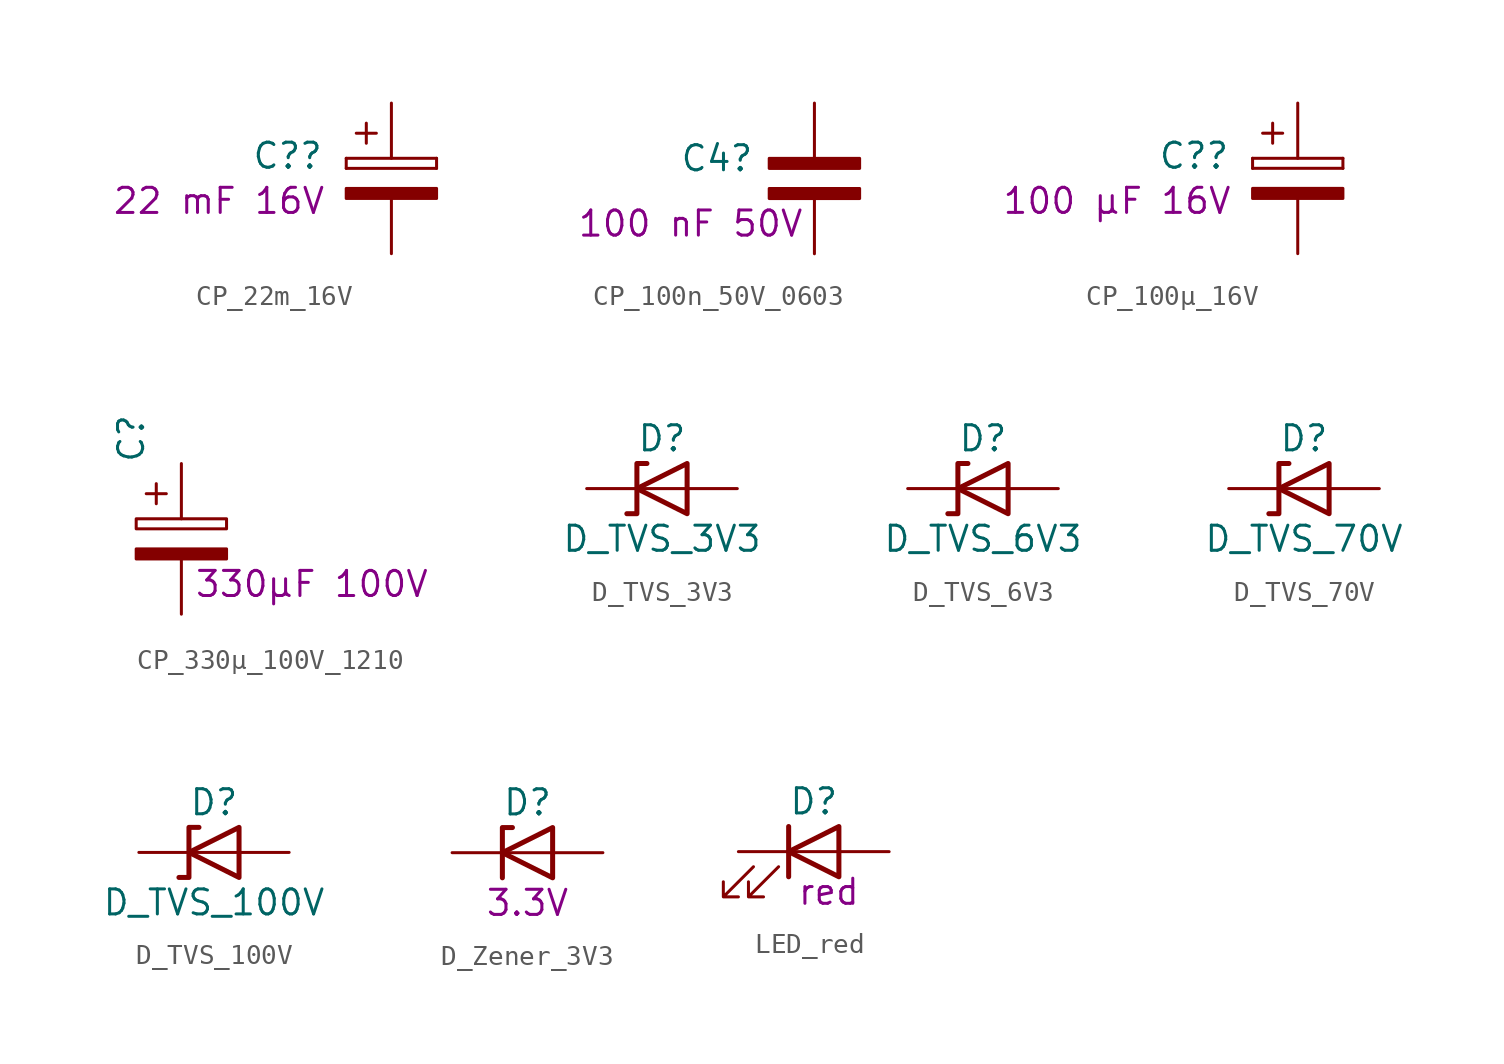
<source format=kicad_sym>
(kicad_symbol_lib
  (version 20220914)
  (generator kicad_symbol_editor)
  (symbol "CP_22m_16V"
    (pin_numbers hide)
    (pin_names
      (offset 0.254))
    (property "Reference" "C?"
      (at -3.429 1.143 0)
      (effects (font (size 1.27 1.27)) (justify right)))
    (property "Display" "22 mF 16V"
      (at -3.302 -1.143 0)
      (effects (font (size 1.27 1.27)) (justify right)))
    (symbol "CP_22m_16V_0_1"
      (rectangle (start -2.286 0.508) (end -2.286 1.016) (stroke (width 0) (type default)) (fill (type none)))
      (rectangle (start -2.286 0.508) (end 2.286 0.508) (stroke (width 0) (type default)) (fill (type none)))
      (polyline (pts (xy -1.778 2.286) (xy -0.762 2.286)) (stroke (width 0) (type default)) (fill (type none)))
      (polyline (pts (xy -1.27 2.794) (xy -1.27 1.778)) (stroke (width 0) (type default)) (fill (type none)))
      (rectangle (start 2.286 -0.508) (end -2.286 -1.016) (stroke (width 0) (type default)) (fill (type outline)))
      (rectangle (start 2.286 1.016) (end -2.286 1.016) (stroke (width 0) (type default)) (fill (type none)))
      (rectangle (start 2.286 1.016) (end 2.286 0.508) (stroke (width 0) (type default)) (fill (type none))))
    (symbol "CP_22m_16V_1_1"
      (pin passive line (at 0 3.81 270) (length 2.794) (name "~" (effects (font (size 1.27 1.27)))) (number "1" (effects (font (size 1.27 1.27)))))
      (pin passive line (at 0 -3.81 90) (length 2.794) (name "~" (effects (font (size 1.27 1.27)))) (number "2" (effects (font (size 1.27 1.27)))))))
  (symbol "CP_100n_50V_0603"
    (pin_numbers hide)
    (pin_names
      (offset 0.254))
    (property "Reference" "C4"
      (at -3.048 1.016 0)
      (effects (font (size 1.27 1.27)) (justify right)))
    (property "Display" "100 nF 50V"
      (at -0.508 -2.286 0)
      (effects (font (size 1.27 1.27)) (justify right)))
    (symbol "CP_100n_50V_0603_0_1"
      (rectangle (start -2.286 -0.508) (end 2.286 -1.016) (stroke (width 0) (type default)) (fill (type outline)))
      (rectangle (start -2.286 1.016) (end 2.286 0.508) (stroke (width 0) (type default)) (fill (type outline))))
    (symbol "CP_100n_50V_0603_1_1"
      (pin passive line (at 0 3.81 270) (length 2.794) (name "~" (effects (font (size 1.27 1.27)))) (number "1" (effects (font (size 1.27 1.27)))))
      (pin passive line (at 0 -3.81 90) (length 2.794) (name "~" (effects (font (size 1.27 1.27)))) (number "2" (effects (font (size 1.27 1.27)))))))
  (symbol "CP_100µ_16V"
    (pin_numbers hide)
    (pin_names
      (offset 0.254))
    (property "Reference" "C?"
      (at -3.429 1.143 0)
      (effects (font (size 1.27 1.27)) (justify right)))
    (property "Display" "100 µF 16V"
      (at -3.302 -1.143 0)
      (effects (font (size 1.27 1.27)) (justify right)))
    (symbol "CP_100µ_16V_0_1"
      (rectangle (start -2.286 0.508) (end -2.286 1.016) (stroke (width 0) (type default)) (fill (type none)))
      (rectangle (start -2.286 0.508) (end 2.286 0.508) (stroke (width 0) (type default)) (fill (type none)))
      (polyline (pts (xy -1.778 2.286) (xy -0.762 2.286)) (stroke (width 0) (type default)) (fill (type none)))
      (polyline (pts (xy -1.27 2.794) (xy -1.27 1.778)) (stroke (width 0) (type default)) (fill (type none)))
      (rectangle (start 2.286 -0.508) (end -2.286 -1.016) (stroke (width 0) (type default)) (fill (type outline)))
      (rectangle (start 2.286 1.016) (end -2.286 1.016) (stroke (width 0) (type default)) (fill (type none)))
      (rectangle (start 2.286 1.016) (end 2.286 0.508) (stroke (width 0) (type default)) (fill (type none))))
    (symbol "CP_100µ_16V_1_1"
      (pin passive line (at 0 3.81 270) (length 2.794) (name "~" (effects (font (size 1.27 1.27)))) (number "1" (effects (font (size 1.27 1.27)))))
      (pin passive line (at 0 -3.81 90) (length 2.794) (name "~" (effects (font (size 1.27 1.27)))) (number "2" (effects (font (size 1.27 1.27)))))))
  (symbol "CP_330µ_100V_1210"
    (pin_numbers hide)
    (pin_names
      (offset 0.254))
    (property "Reference" "C"
      (at -2.54 5.08 90)
      (effects (font (size 1.27 1.27))))
    (property "Display" "330µF 100V"
      (at 6.604 -2.286 0)
      (effects (font (size 1.27 1.27))))
    (symbol "CP_330µ_100V_1210_0_1"
      (rectangle (start -2.286 0.508) (end 2.286 1.016) (stroke (width 0) (type default)) (fill (type none)))
      (polyline (pts (xy -1.778 2.286) (xy -0.762 2.286)) (stroke (width 0) (type default)) (fill (type none)))
      (polyline (pts (xy -1.27 2.794) (xy -1.27 1.778)) (stroke (width 0) (type default)) (fill (type none)))
      (rectangle (start 2.286 -0.508) (end -2.286 -1.016) (stroke (width 0) (type default)) (fill (type outline))))
    (symbol "CP_330µ_100V_1210_1_1"
      (pin passive line (at 0 3.81 270) (length 2.794) (name "~" (effects (font (size 1.27 1.27)))) (number "1" (effects (font (size 1.27 1.27)))))
      (pin passive line (at 0 -3.81 90) (length 2.794) (name "~" (effects (font (size 1.27 1.27)))) (number "2" (effects (font (size 1.27 1.27)))))))
  (symbol "D_TVS_3V3"
    (pin_numbers hide)
    (pin_names
      (offset 1.016) hide)
    (property "Reference" "D"
      (at 0 2.54 0)
      (effects (font (size 1.27 1.27))))
    (property "Value" "D_TVS_3V3"
      (at 0 -2.54 0)
      (effects (font (size 1.27 1.27))))
    (symbol "D_TVS_3V3_0_1"
      (polyline (pts (xy 1.27 0) (xy -1.27 0)) (stroke (width 0) (type default)) (fill (type none)))
      (polyline (pts (xy -1.778 -1.27) (xy -1.27 -1.27) (xy -1.27 1.27) (xy -0.762 1.27)) (stroke (width 0.254) (type default)) (fill (type none)))
      (polyline (pts (xy 1.27 -1.27) (xy 1.27 1.27) (xy -1.27 0) (xy 1.27 -1.27)) (stroke (width 0.254) (type default)) (fill (type none))))
    (symbol "D_TVS_3V3_1_1"
      (pin passive line (at -3.81 0 0) (length 2.54) (name "K" (effects (font (size 1.27 1.27)))) (number "1" (effects (font (size 1.27 1.27)))))
      (pin passive line (at 3.81 0 180) (length 2.54) (name "A" (effects (font (size 1.27 1.27)))) (number "2" (effects (font (size 1.27 1.27)))))))
  (symbol "D_TVS_6V3"
    (pin_numbers hide)
    (pin_names
      (offset 1.016) hide)
    (property "Reference" "D"
      (at 0 2.54 0)
      (effects (font (size 1.27 1.27))))
    (property "Value" "D_TVS_6V3"
      (at 0 -2.54 0)
      (effects (font (size 1.27 1.27))))
    (symbol "D_TVS_6V3_0_1"
      (polyline (pts (xy 1.27 0) (xy -1.27 0)) (stroke (width 0) (type default)) (fill (type none)))
      (polyline (pts (xy -1.778 -1.27) (xy -1.27 -1.27) (xy -1.27 1.27) (xy -0.762 1.27)) (stroke (width 0.254) (type default)) (fill (type none)))
      (polyline (pts (xy 1.27 -1.27) (xy 1.27 1.27) (xy -1.27 0) (xy 1.27 -1.27)) (stroke (width 0.254) (type default)) (fill (type none))))
    (symbol "D_TVS_6V3_1_1"
      (pin passive line (at -3.81 0 0) (length 2.54) (name "K" (effects (font (size 1.27 1.27)))) (number "1" (effects (font (size 1.27 1.27)))))
      (pin passive line (at 3.81 0 180) (length 2.54) (name "A" (effects (font (size 1.27 1.27)))) (number "2" (effects (font (size 1.27 1.27)))))))
  (symbol "D_TVS_70V"
    (pin_numbers hide)
    (pin_names
      (offset 1.016) hide)
    (property "Reference" "D"
      (at 0 2.54 0)
      (effects (font (size 1.27 1.27))))
    (property "Value" "D_TVS_70V"
      (at 0 -2.54 0)
      (effects (font (size 1.27 1.27))))
    (symbol "D_TVS_70V_0_1"
      (polyline (pts (xy 1.27 0) (xy -1.27 0)) (stroke (width 0) (type default)) (fill (type none)))
      (polyline (pts (xy -1.778 -1.27) (xy -1.27 -1.27) (xy -1.27 1.27) (xy -0.762 1.27)) (stroke (width 0.254) (type default)) (fill (type none)))
      (polyline (pts (xy 1.27 -1.27) (xy 1.27 1.27) (xy -1.27 0) (xy 1.27 -1.27)) (stroke (width 0.254) (type default)) (fill (type none))))
    (symbol "D_TVS_70V_1_1"
      (pin passive line (at -3.81 0 0) (length 2.54) (name "K" (effects (font (size 1.27 1.27)))) (number "1" (effects (font (size 1.27 1.27)))))
      (pin passive line (at 3.81 0 180) (length 2.54) (name "A" (effects (font (size 1.27 1.27)))) (number "2" (effects (font (size 1.27 1.27)))))))
  (symbol "D_TVS_100V"
    (pin_numbers hide)
    (pin_names
      (offset 1.016) hide)
    (property "Reference" "D"
      (at 0 2.54 0)
      (effects (font (size 1.27 1.27))))
    (property "Value" "D_TVS_100V"
      (at 0 -2.54 0)
      (effects (font (size 1.27 1.27))))
    (symbol "D_TVS_100V_0_1"
      (polyline (pts (xy 1.27 0) (xy -1.27 0)) (stroke (width 0) (type default)) (fill (type none)))
      (polyline (pts (xy -1.778 -1.27) (xy -1.27 -1.27) (xy -1.27 1.27) (xy -0.762 1.27)) (stroke (width 0.254) (type default)) (fill (type none)))
      (polyline (pts (xy 1.27 -1.27) (xy 1.27 1.27) (xy -1.27 0) (xy 1.27 -1.27)) (stroke (width 0.254) (type default)) (fill (type none))))
    (symbol "D_TVS_100V_1_1"
      (pin passive line (at -3.81 0 0) (length 2.54) (name "K" (effects (font (size 1.27 1.27)))) (number "1" (effects (font (size 1.27 1.27)))))
      (pin passive line (at 3.81 0 180) (length 2.54) (name "A" (effects (font (size 1.27 1.27)))) (number "2" (effects (font (size 1.27 1.27)))))))
  (symbol "D_Zener_3V3"
    (pin_numbers hide)
    (pin_names
      (offset 1.016) hide)
    (property "Reference" "D"
      (at 0 2.54 0)
      (effects (font (size 1.27 1.27))))
    (property "Display" "3.3V"
      (at 0 -2.54 0)
      (effects (font (size 1.27 1.27))))
    (symbol "D_Zener_3V3_0_1"
      (polyline (pts (xy 1.27 0) (xy -1.27 0)) (stroke (width 0) (type default)) (fill (type none)))
      (polyline (pts (xy -1.27 -1.27) (xy -1.27 1.27) (xy -0.762 1.27)) (stroke (width 0.254) (type default)) (fill (type none)))
      (polyline (pts (xy 1.27 -1.27) (xy 1.27 1.27) (xy -1.27 0) (xy 1.27 -1.27)) (stroke (width 0.254) (type default)) (fill (type none))))
    (symbol "D_Zener_3V3_1_1"
      (pin passive line (at -3.81 0 0) (length 2.54) (name "K" (effects (font (size 1.27 1.27)))) (number "1" (effects (font (size 1.27 1.27)))))
      (pin passive line (at 3.81 0 180) (length 2.54) (name "A" (effects (font (size 1.27 1.27)))) (number "2" (effects (font (size 1.27 1.27)))))))
  (symbol "LED_red"
    (pin_numbers hide)
    (pin_names
      (offset 1.016) hide)
    (property "Reference" "D"
      (at 0 2.54 0)
      (effects (font (size 1.27 1.27))))
    (property "Display" "red"
      (at 0.762 -2.032 0)
      (effects (font (size 1.27 1.27))))
    (symbol "LED_red_0_1"
      (polyline (pts (xy -1.27 -1.27) (xy -1.27 1.27)) (stroke (width 0.254) (type default)) (fill (type none)))
      (polyline (pts (xy -1.27 0) (xy 1.27 0)) (stroke (width 0) (type default)) (fill (type none)))
      (polyline (pts (xy 1.27 -1.27) (xy 1.27 1.27) (xy -1.27 0) (xy 1.27 -1.27)) (stroke (width 0.254) (type default)) (fill (type none)))
      (polyline (pts (xy -3.048 -0.762) (xy -4.572 -2.286) (xy -3.81 -2.286) (xy -4.572 -2.286) (xy -4.572 -1.524)) (stroke (width 0) (type default)) (fill (type none)))
      (polyline (pts (xy -1.778 -0.762) (xy -3.302 -2.286) (xy -2.54 -2.286) (xy -3.302 -2.286) (xy -3.302 -1.524)) (stroke (width 0) (type default)) (fill (type none))))
    (symbol "LED_red_1_1"
      (pin passive line (at -3.81 0 0) (length 2.54) (name "K" (effects (font (size 1.27 1.27)))) (number "1" (effects (font (size 1.27 1.27)))))
      (pin passive line (at 3.81 0 180) (length 2.54) (name "A" (effects (font (size 1.27 1.27)))) (number "2" (effects (font (size 1.27 1.27))))))))
</source>
